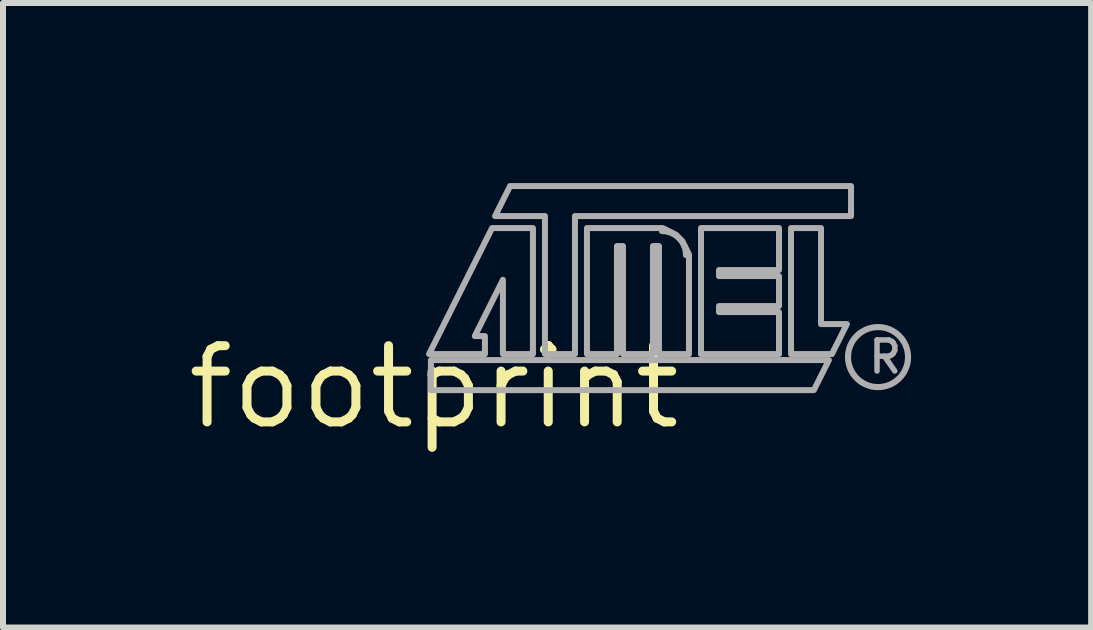
<source format=kicad_pcb>
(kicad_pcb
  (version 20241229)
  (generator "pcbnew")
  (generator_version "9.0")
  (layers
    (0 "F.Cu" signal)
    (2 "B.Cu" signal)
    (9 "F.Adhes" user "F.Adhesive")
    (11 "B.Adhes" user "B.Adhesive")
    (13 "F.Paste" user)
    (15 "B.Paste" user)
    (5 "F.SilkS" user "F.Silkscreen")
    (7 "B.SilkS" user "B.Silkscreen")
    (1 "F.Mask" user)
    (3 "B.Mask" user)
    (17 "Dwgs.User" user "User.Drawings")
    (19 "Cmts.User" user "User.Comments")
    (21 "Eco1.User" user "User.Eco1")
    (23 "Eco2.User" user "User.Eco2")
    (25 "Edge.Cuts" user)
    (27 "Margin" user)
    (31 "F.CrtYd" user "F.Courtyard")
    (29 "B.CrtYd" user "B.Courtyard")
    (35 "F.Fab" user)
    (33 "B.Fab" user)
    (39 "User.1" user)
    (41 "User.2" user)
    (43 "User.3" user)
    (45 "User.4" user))
  (footprint "footprint"
    (layer "F.Cu")
    (at 4.18 3.4)
    (property "Reference" "footprint" (at 0 0 0) (layer "F.SilkS") (effects (font (size 1.27 1.27) (thickness 0.15))))
    (fp_arc (start 3.8001 -2.5999) (mid 4.082878 -2.482707) (end 4.2 -2.1999) (stroke (width 0.1016) (type solid)) (layer "F.Fab"))
    (fp_circle (center 7.4 -0.5) (end 7.9 -0.5) (stroke (width 0.102) (type solid)) (fill no) (layer "F.Fab"))
    (fp_poly (pts (xy 6.331 0.05) (xy -0.05 0.05) (xy -0.05 -0.45) (xy 6.581 -0.45)) (stroke (width 0.1) (type solid)) (fill no) (layer "F.Fab"))
    (fp_poly (pts (xy 6.45 -1.05) (xy 6.881 -1.05) (xy 6.631 -0.55) (xy 5.95 -0.55) (xy 5.95 -2.65) (xy 6.45 -2.65)) (stroke (width 0.1) (type solid)) (fill no) (layer "F.Fab"))
    (fp_poly (pts (xy 6.95 -2.85) (xy 2.35 -2.85) (xy 2.35 -0.55) (xy 1.85 -0.55) (xy 1.85 -2.85) (xy 1.019 -2.85) (xy 1.269 -3.35) (xy 6.95 -3.35)) (stroke (width 0.1) (type solid)) (fill no) (layer "F.Fab"))
    (fp_poly (pts (xy 1.65 -0.55) (xy 1.15 -0.55) (xy 1.15 -1.788) (xy 0.681 -0.85) (xy 0.85 -0.85) (xy 0.85 -0.55) (xy -0.081 -0.55) (xy 0.969 -2.65) (xy 1.65 -2.65)) (stroke (width 0.1) (type solid)) (fill no) (layer "F.Fab"))
    (fp_poly (pts (xy 5.75 -1.95) (xy 4.75 -1.95) (xy 4.75 -1.85) (xy 5.75 -1.85) (xy 5.75 -1.35) (xy 4.75 -1.35) (xy 4.75 -1.25) (xy 5.75 -1.25) (xy 5.75 -0.55) (xy 4.45 -0.55) (xy 4.45 -2.65) (xy 5.75 -2.65)) (stroke (width 0.1) (type solid)) (fill no) (layer "F.Fab"))
    (fp_poly (pts (xy 4.03 -2.541) (xy 4.141 -2.43) (xy 4.25 -2.212) (xy 4.25 -0.55) (xy 3.75 -0.55) (xy 3.75 -2.35) (xy 3.65 -2.35) (xy 3.65 -0.55) (xy 3.15 -0.55) (xy 3.15 -2.35) (xy 3.05 -2.35) (xy 3.05 -0.55) (xy 2.55 -0.55) (xy 2.55 -2.65) (xy 3.812 -2.65)) (stroke (width 0.1) (type solid)) (fill no) (layer "F.Fab"))
    (fp_text user "R" (at 7.2 -0.2 0) (layer "F.Fab") (effects (font (size 0.518 0.518) (thickness 0.091)) (justify left bottom))))
  (gr_rect
    (start -3 -3)
    (end 15.131 7.406)
    (stroke (width 0.1) (type default))
    (fill no)
    (layer "Edge.Cuts")))
</source>
